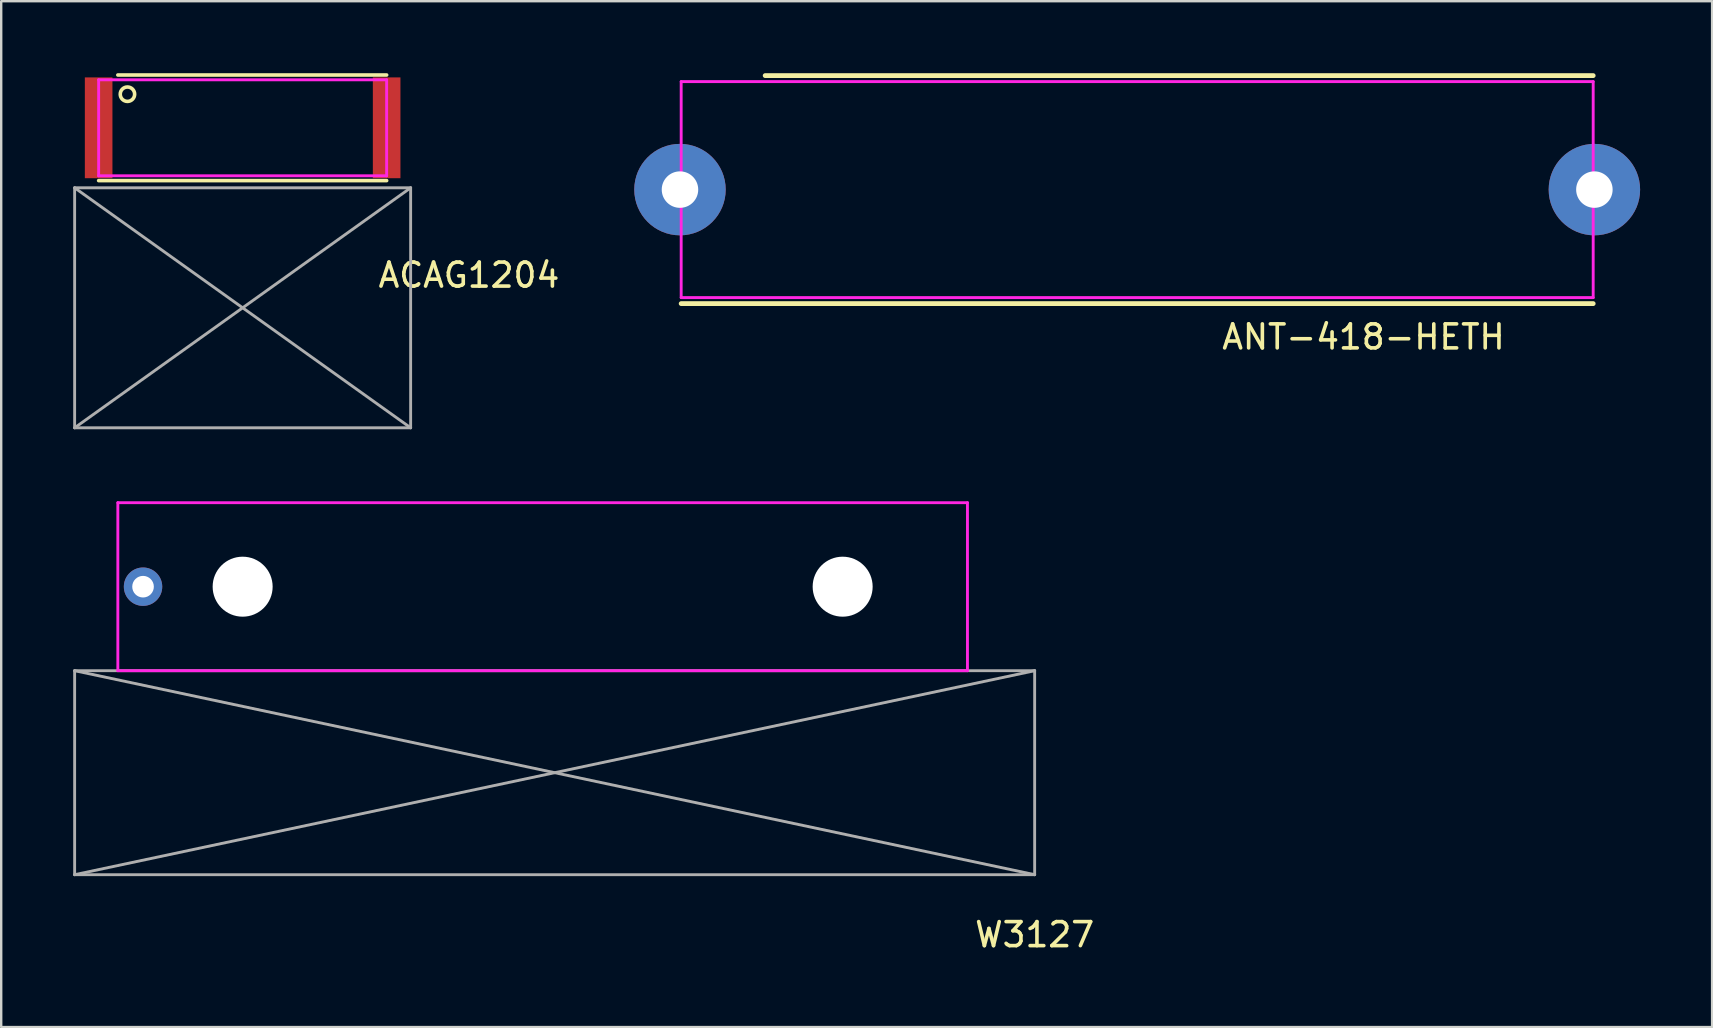
<source format=kicad_pcb>
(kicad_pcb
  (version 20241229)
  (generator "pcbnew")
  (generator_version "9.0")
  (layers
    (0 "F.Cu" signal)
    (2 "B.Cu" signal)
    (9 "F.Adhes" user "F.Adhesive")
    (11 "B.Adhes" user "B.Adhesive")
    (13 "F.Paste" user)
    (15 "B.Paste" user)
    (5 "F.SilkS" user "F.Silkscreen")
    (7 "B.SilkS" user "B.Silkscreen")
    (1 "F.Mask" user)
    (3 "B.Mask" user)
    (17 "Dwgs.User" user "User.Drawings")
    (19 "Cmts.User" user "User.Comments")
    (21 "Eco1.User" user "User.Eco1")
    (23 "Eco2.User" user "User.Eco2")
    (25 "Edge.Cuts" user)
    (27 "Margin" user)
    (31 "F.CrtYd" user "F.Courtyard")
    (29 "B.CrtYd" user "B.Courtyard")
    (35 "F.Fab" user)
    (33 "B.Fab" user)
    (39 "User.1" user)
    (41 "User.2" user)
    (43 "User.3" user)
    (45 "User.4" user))
  (footprint "W3127"
    (layer "F.Cu")
    (at 19.56 21.395)
    (property "Reference" "W3127" (at 20.5 14.5 0) (layer "F.SilkS") (effects (font (size 1 1) (thickness 0.15))))
    (attr through_hole)
    (fp_line (start -17.7 -3.5) (end 17.7 -3.5) (stroke (width 0.12) (type solid)) (layer "F.CrtYd"))
    (fp_line (start -17.7 3.5) (end -17.7 -3.5) (stroke (width 0.12) (type solid)) (layer "F.CrtYd"))
    (fp_line (start 17.7 -3.5) (end 17.7 3.5) (stroke (width 0.12) (type solid)) (layer "F.CrtYd"))
    (fp_line (start 17.7 3.5) (end -17.7 3.5) (stroke (width 0.12) (type solid)) (layer "F.CrtYd"))
    (fp_line (start -19.5 3.5) (end 20.5 3.5) (stroke (width 0.12) (type solid)) (layer "F.Fab"))
    (fp_line (start -19.5 3.5) (end 20.5 12) (stroke (width 0.12) (type solid)) (layer "F.Fab"))
    (fp_line (start -19.5 12) (end -19.5 3.5) (stroke (width 0.12) (type solid)) (layer "F.Fab"))
    (fp_line (start 20.5 3.5) (end -19.5 12) (stroke (width 0.12) (type solid)) (layer "F.Fab"))
    (fp_line (start 20.5 3.5) (end 20.5 12) (stroke (width 0.12) (type solid)) (layer "F.Fab"))
    (fp_line (start 20.5 12) (end -19.5 12) (stroke (width 0.12) (type solid)) (layer "F.Fab"))
    (pad "" np_thru_hole circle (at -12.5 0) (size 2.5 2.5) (drill 2.5) (layers "*.Cu" "*.Mask"))
    (pad "" np_thru_hole circle (at 12.5 0) (size 2.5 2.5) (drill 2.5) (layers "*.Cu" "*.Mask"))
    (pad "1" thru_hole circle (at -16.65 0) (size 1.6 1.6) (drill 0.9) (layers "*.Cu" "*.Mask")))
  (footprint "ACAG1204"
    (layer "F.Cu")
    (at 7.06 2.275)
    (property "Reference" "ACAG1204" (at 9.43 6.14 0) (layer "F.SilkS") (effects (font (size 1 1) (thickness 0.15))))
    (attr through_hole)
    (fp_line (start -5.2 -2.2) (end 6 -2.2) (stroke (width 0.15) (type solid)) (layer "F.SilkS"))
    (fp_line (start 6 2.2) (end -6 2.2) (stroke (width 0.15) (type solid)) (layer "F.SilkS"))
    (fp_circle (center -4.8 -1.4) (end -4.8 -1.1) (stroke (width 0.15) (type solid)) (fill no) (layer "F.SilkS"))
    (fp_line (start -6 -2) (end 6 -2) (stroke (width 0.12) (type solid)) (layer "F.CrtYd"))
    (fp_line (start -6 2) (end -6 -2) (stroke (width 0.12) (type solid)) (layer "F.CrtYd"))
    (fp_line (start 6 -2) (end 6 2) (stroke (width 0.12) (type solid)) (layer "F.CrtYd"))
    (fp_line (start 6 2) (end -6 2) (stroke (width 0.12) (type solid)) (layer "F.CrtYd"))
    (fp_line (start -7 2.5) (end -7 12.5) (stroke (width 0.12) (type solid)) (layer "F.Fab"))
    (fp_line (start -7 2.5) (end 7 2.5) (stroke (width 0.12) (type solid)) (layer "F.Fab"))
    (fp_line (start -7 2.5) (end 7 12.5) (stroke (width 0.12) (type solid)) (layer "F.Fab"))
    (fp_line (start -7 12.5) (end 7 12.5) (stroke (width 0.12) (type solid)) (layer "F.Fab"))
    (fp_line (start 7 2.5) (end -7 12.5) (stroke (width 0.12) (type solid)) (layer "F.Fab"))
    (fp_line (start 7 12.5) (end 7 2.5) (stroke (width 0.12) (type solid)) (layer "F.Fab"))
    (pad "" smd rect (at 6 0) (size 1.15 4.2) (layers "F.Cu" "F.Mask" "F.Paste"))
    (pad "1" smd rect (at -6 0) (size 1.15 4.2) (layers "F.Cu" "F.Mask" "F.Paste")))
  (footprint "ANT-418-HETH"
    (layer "F.Cu")
    (at 44.332 4.85)
    (property "Reference" "ANT-418-HETH" (at 9.43 6.14 0) (layer "F.SilkS") (effects (font (size 1 1) (thickness 0.15))))
    (attr through_hole)
    (fp_line (start -19 4.75) (end 19 4.75) (stroke (width 0.2) (type solid)) (layer "F.SilkS"))
    (fp_line (start 19 -4.75) (end -15.5 -4.75) (stroke (width 0.2) (type solid)) (layer "F.SilkS"))
    (fp_line (start -19 -4.5) (end -19 4.5) (stroke (width 0.12) (type solid)) (layer "F.CrtYd"))
    (fp_line (start -19 4.5) (end 19 4.5) (stroke (width 0.12) (type solid)) (layer "F.CrtYd"))
    (fp_line (start 19 -4.5) (end -19 -4.5) (stroke (width 0.12) (type solid)) (layer "F.CrtYd"))
    (fp_line (start 19 4.5) (end 19 -4.5) (stroke (width 0.12) (type solid)) (layer "F.CrtYd"))
    (pad "" thru_hole circle (at 19.05 0) (size 3.81 3.81) (drill 1.52) (layers "*.Cu" "*.Mask"))
    (pad "1" thru_hole circle (at -19.05 0) (size 3.81 3.81) (drill 1.52) (layers "*.Cu" "*.Mask")))
  (gr_rect
    (start -3 -3)
    (end 68.287 39.743)
    (stroke (width 0.1) (type default))
    (fill no)
    (layer "Edge.Cuts")))
</source>
